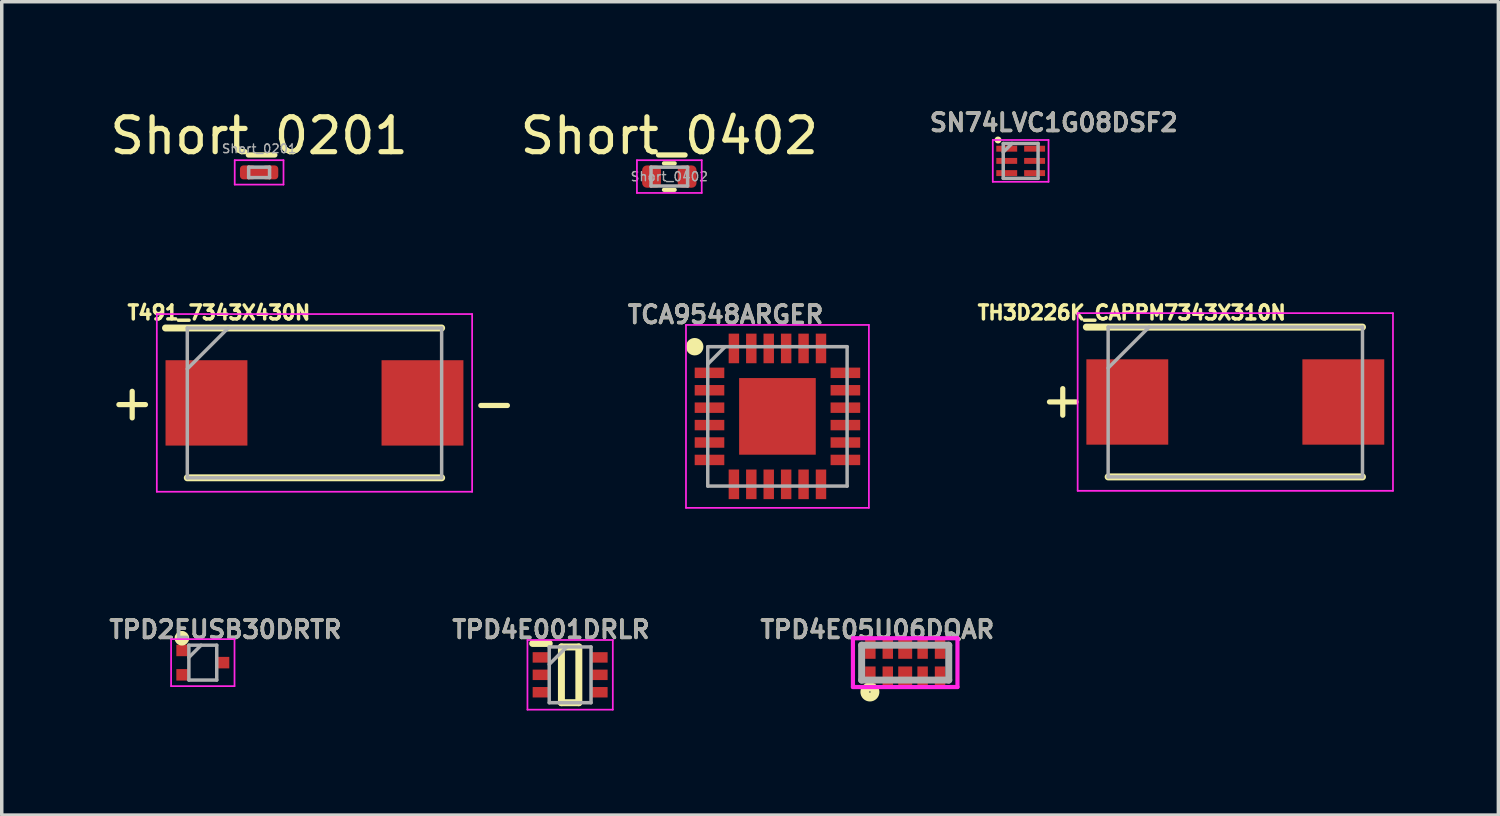
<source format=kicad_pcb>
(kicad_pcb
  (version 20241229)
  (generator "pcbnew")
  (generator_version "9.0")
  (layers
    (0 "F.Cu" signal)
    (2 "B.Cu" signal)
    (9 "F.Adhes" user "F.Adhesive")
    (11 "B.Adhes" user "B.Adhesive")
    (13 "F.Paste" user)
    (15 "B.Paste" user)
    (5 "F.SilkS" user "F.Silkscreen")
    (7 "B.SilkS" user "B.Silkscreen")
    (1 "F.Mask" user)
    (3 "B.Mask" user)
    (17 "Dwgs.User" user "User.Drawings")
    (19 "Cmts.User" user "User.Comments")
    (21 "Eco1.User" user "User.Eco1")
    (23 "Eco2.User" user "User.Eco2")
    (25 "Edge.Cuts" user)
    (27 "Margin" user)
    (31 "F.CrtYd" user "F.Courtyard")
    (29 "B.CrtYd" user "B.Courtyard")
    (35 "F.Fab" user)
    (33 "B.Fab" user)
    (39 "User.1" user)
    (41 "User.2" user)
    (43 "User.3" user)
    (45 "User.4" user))
  (footprint "Short_0201"
    (layer "F.Cu")
    (at 4.387 1.898)
    (property "Reference" "Short_0201" (at 0 -1.05 0) (layer "F.SilkS") (effects (font (size 1 1) (thickness 0.15))))
    (attr smd)
    (fp_line (start -0.7 -0.35) (end 0.7 -0.35) (stroke (width 0.05) (type solid)) (layer "F.CrtYd"))
    (fp_line (start -0.7 0.35) (end -0.7 -0.35) (stroke (width 0.05) (type solid)) (layer "F.CrtYd"))
    (fp_line (start 0.7 -0.35) (end 0.7 0.35) (stroke (width 0.05) (type solid)) (layer "F.CrtYd"))
    (fp_line (start 0.7 0.35) (end -0.7 0.35) (stroke (width 0.05) (type solid)) (layer "F.CrtYd"))
    (fp_line (start -0.3 -0.15) (end 0.3 -0.15) (stroke (width 0.1) (type solid)) (layer "F.Fab"))
    (fp_line (start -0.3 0.15) (end -0.3 -0.15) (stroke (width 0.1) (type solid)) (layer "F.Fab"))
    (fp_line (start 0.3 -0.15) (end 0.3 0.15) (stroke (width 0.1) (type solid)) (layer "F.Fab"))
    (fp_line (start 0.3 0.15) (end -0.3 0.15) (stroke (width 0.1) (type solid)) (layer "F.Fab"))
    (fp_text user "${REFERENCE}" (at 0 -0.68 0) (layer "F.Fab") (effects (font (size 0.25 0.25) (thickness 0.04))))
    (pad "" smd roundrect (at -0.345 0) (size 0.318 0.36) (layers "F.Paste") (roundrect_rratio 0.25))
    (pad "" smd roundrect (at 0.345 0) (size 0.318 0.36) (layers "F.Paste") (roundrect_rratio 0.25))
    (pad "1" smd roundrect (at -0.32 0) (size 0.46 0.4) (layers "F.Cu" "F.Mask") (roundrect_rratio 0.25))
    (pad "1" smd rect (at 0 0 90) (size 0.25 0.32) (layers "F.Cu" "F.Mask" "F.Paste"))
    (pad "2" smd roundrect (at 0.32 0) (size 0.46 0.4) (layers "F.Cu" "F.Mask") (roundrect_rratio 0.25)))
  (footprint "TPD2EUSB30DRTR"
    (layer "F.Cu")
    (at 2.771 15.969)
    (property "Reference" "TPD2EUSB30DRTR" (at 0.65 -0.95 0) (layer "F.SilkS") (effects (font (size 0.5 0.5) (thickness 0.1))))
    (attr smd)
    (fp_circle (center -0.6 -0.7) (end -0.59 -0.7) (stroke (width 0.2) (type solid)) (fill no) (layer "F.SilkS"))
    (fp_line (start -0.91 -0.675) (end 0.91 -0.675) (stroke (width 0.05) (type solid)) (layer "F.CrtYd"))
    (fp_line (start -0.91 0.675) (end -0.91 -0.675) (stroke (width 0.05) (type solid)) (layer "F.CrtYd"))
    (fp_line (start 0.91 -0.675) (end 0.91 0.675) (stroke (width 0.05) (type solid)) (layer "F.CrtYd"))
    (fp_line (start 0.91 0.675) (end -0.91 0.675) (stroke (width 0.05) (type solid)) (layer "F.CrtYd"))
    (fp_line (start -0.4 -0.5) (end 0.4 -0.5) (stroke (width 0.1) (type solid)) (layer "F.Fab"))
    (fp_line (start -0.4 -0.15) (end -0.05 -0.5) (stroke (width 0.1) (type solid)) (layer "F.Fab"))
    (fp_line (start -0.4 0.5) (end -0.4 -0.5) (stroke (width 0.1) (type solid)) (layer "F.Fab"))
    (fp_line (start 0.4 -0.5) (end 0.4 0.5) (stroke (width 0.1) (type solid)) (layer "F.Fab"))
    (fp_line (start 0.4 0.5) (end -0.4 0.5) (stroke (width 0.1) (type solid)) (layer "F.Fab"))
    (fp_text user "${REFERENCE}" (at 0.65 -0.95 0) (layer "F.Fab") (effects (font (size 0.5 0.5) (thickness 0.1))))
    (pad "1" smd rect (at -0.58 -0.35 90) (size 0.33 0.36) (layers "F.Cu" "F.Mask" "F.Paste"))
    (pad "2" smd rect (at -0.58 0.35 90) (size 0.33 0.36) (layers "F.Cu" "F.Mask" "F.Paste"))
    (pad "3" smd rect (at 0.58 0 90) (size 0.33 0.36) (layers "F.Cu" "F.Mask" "F.Paste")))
  (footprint "TPD4E05U06DQAR"
    (layer "F.Cu")
    (at 22.931 15.969)
    (property "Reference" "TPD4E05U06DQAR" (at -0.8 -0.95 0) (layer "F.SilkS") (effects (font (size 0.5 0.5) (thickness 0.1))))
    (attr smd)
    (fp_circle (center -1.013 0.842) (end -1.013 0.861) (stroke (width 0.254) (type solid)) (fill no) (layer "F.SilkS"))
    (fp_line (start -1.5 -0.7) (end -1.5 0.7) (stroke (width 0.12) (type solid)) (layer "F.CrtYd"))
    (fp_line (start -1.5 0.7) (end 1.5 0.7) (stroke (width 0.12) (type solid)) (layer "F.CrtYd"))
    (fp_line (start 1.5 -0.7) (end -1.5 -0.7) (stroke (width 0.12) (type solid)) (layer "F.CrtYd"))
    (fp_line (start 1.5 0.7) (end 1.5 -0.7) (stroke (width 0.12) (type solid)) (layer "F.CrtYd"))
    (fp_line (start -1.25 -0.5) (end 1.25 -0.5) (stroke (width 0.2) (type solid)) (layer "F.Fab"))
    (fp_line (start -1.25 0.5) (end -1.25 -0.5) (stroke (width 0.2) (type solid)) (layer "F.Fab"))
    (fp_line (start 1.25 -0.5) (end 1.25 0.5) (stroke (width 0.2) (type solid)) (layer "F.Fab"))
    (fp_line (start 1.25 0.5) (end -1.25 0.5) (stroke (width 0.2) (type solid)) (layer "F.Fab"))
    (fp_text user "${REFERENCE}" (at -0.8 -0.95 0) (layer "F.Fab") (effects (font (size 0.5 0.5) (thickness 0.1))))
    (pad "1" smd rect (at -1 0.385) (size 0.3 0.55) (layers "F.Cu" "F.Mask" "F.Paste"))
    (pad "2" smd rect (at -0.5 0.385) (size 0.3 0.55) (layers "F.Cu" "F.Mask" "F.Paste"))
    (pad "3" smd rect (at 0 0.385) (size 0.4 0.55) (layers "F.Cu" "F.Mask" "F.Paste"))
    (pad "4" smd rect (at 0.5 0.385) (size 0.3 0.55) (layers "F.Cu" "F.Mask" "F.Paste"))
    (pad "5" smd rect (at 1 0.385) (size 0.3 0.55) (layers "F.Cu" "F.Mask" "F.Paste"))
    (pad "6" smd rect (at 1 -0.385) (size 0.3 0.55) (layers "F.Cu" "F.Mask" "F.Paste"))
    (pad "7" smd rect (at 0.5 -0.385) (size 0.3 0.55) (layers "F.Cu" "F.Mask" "F.Paste"))
    (pad "8" smd rect (at 0 -0.385) (size 0.4 0.55) (layers "F.Cu" "F.Mask" "F.Paste"))
    (pad "9" smd rect (at -0.5 -0.385) (size 0.3 0.55) (layers "F.Cu" "F.Mask" "F.Paste"))
    (pad "10" smd rect (at -1 -0.385) (size 0.3 0.55) (layers "F.Cu" "F.Mask" "F.Paste")))
  (footprint "T491_7343X430N"
    (layer "F.Cu")
    (at 5.976 8.514)
    (property "Reference" "T491_7343X430N" (at -2.743 -2.591 0) (layer "F.SilkS") (effects (font (size 0.4 0.4) (thickness 0.1))))
    (attr smd)
    (fp_line (start -3.65 2.15) (end 3.65 2.15) (stroke (width 0.2) (type solid)) (layer "F.SilkS"))
    (fp_line (start 3.65 -2.15) (end -4.275 -2.15) (stroke (width 0.2) (type solid)) (layer "F.SilkS"))
    (fp_line (start -4.525 -2.55) (end 4.525 -2.55) (stroke (width 0.05) (type solid)) (layer "F.CrtYd"))
    (fp_line (start -4.525 2.55) (end -4.525 -2.55) (stroke (width 0.05) (type solid)) (layer "F.CrtYd"))
    (fp_line (start 4.525 -2.55) (end 4.525 2.55) (stroke (width 0.05) (type solid)) (layer "F.CrtYd"))
    (fp_line (start 4.525 2.55) (end -4.525 2.55) (stroke (width 0.05) (type solid)) (layer "F.CrtYd"))
    (fp_line (start -3.65 -2.15) (end 3.65 -2.15) (stroke (width 0.1) (type solid)) (layer "F.Fab"))
    (fp_line (start -3.65 -0.975) (end -2.475 -2.15) (stroke (width 0.1) (type solid)) (layer "F.Fab"))
    (fp_line (start -3.65 2.15) (end -3.65 -2.15) (stroke (width 0.1) (type solid)) (layer "F.Fab"))
    (fp_line (start 3.65 -2.15) (end 3.65 2.15) (stroke (width 0.1) (type solid)) (layer "F.Fab"))
    (fp_line (start 3.65 2.15) (end -3.65 2.15) (stroke (width 0.1) (type solid)) (layer "F.Fab"))
    (fp_text user "-" (at 5.156 0 0) (layer "F.SilkS") (effects (font (size 1 1) (thickness 0.15))))
    (fp_text user "+" (at -5.232 -0.025 0) (layer "F.SilkS") (effects (font (size 1 1) (thickness 0.15))))
    (pad "1" smd rect (at -3.1 0) (size 2.35 2.45) (layers "F.Cu" "F.Mask" "F.Paste"))
    (pad "2" smd rect (at 3.1 0) (size 2.35 2.45) (layers "F.Cu" "F.Mask" "F.Paste")))
  (footprint "Short_0402"
    (layer "F.Cu")
    (at 16.161 2.018)
    (property "Reference" "Short_0402" (at 0 -1.17 0) (layer "F.SilkS") (effects (font (size 1 1) (thickness 0.15))))
    (attr smd)
    (fp_line (start -0.154 -0.38) (end 0.154 -0.38) (stroke (width 0.12) (type solid)) (layer "F.SilkS"))
    (fp_line (start -0.154 0.38) (end 0.154 0.38) (stroke (width 0.12) (type solid)) (layer "F.SilkS"))
    (fp_line (start -0.93 -0.47) (end 0.93 -0.47) (stroke (width 0.05) (type solid)) (layer "F.CrtYd"))
    (fp_line (start -0.93 0.47) (end -0.93 -0.47) (stroke (width 0.05) (type solid)) (layer "F.CrtYd"))
    (fp_line (start 0.93 -0.47) (end 0.93 0.47) (stroke (width 0.05) (type solid)) (layer "F.CrtYd"))
    (fp_line (start 0.93 0.47) (end -0.93 0.47) (stroke (width 0.05) (type solid)) (layer "F.CrtYd"))
    (fp_line (start -0.525 -0.27) (end 0.525 -0.27) (stroke (width 0.1) (type solid)) (layer "F.Fab"))
    (fp_line (start -0.525 0.27) (end -0.525 -0.27) (stroke (width 0.1) (type solid)) (layer "F.Fab"))
    (fp_line (start 0.525 -0.27) (end 0.525 0.27) (stroke (width 0.1) (type solid)) (layer "F.Fab"))
    (fp_line (start 0.525 0.27) (end -0.525 0.27) (stroke (width 0.1) (type solid)) (layer "F.Fab"))
    (fp_text user "${REFERENCE}" (at 0 0 0) (layer "F.Fab") (effects (font (size 0.26 0.26) (thickness 0.04))))
    (pad "1" smd roundrect (at -0.51 0) (size 0.54 0.64) (layers "F.Cu" "F.Mask" "F.Paste") (roundrect_rratio 0.25))
    (pad "2" smd roundrect (at 0.51 0) (size 0.54 0.64) (layers "F.Cu" "F.Mask" "F.Paste") (roundrect_rratio 0.25)))
  (footprint "SN74LVC1G08DSF2"
    (layer "F.Cu")
    (at 26.245 1.568)
    (property "Reference" "SN74LVC1G08DSF2" (at 0.95 -1.1 0) (layer "F.SilkS") (effects (font (size 0.5 0.5) (thickness 0.1))))
    (attr smd)
    (fp_circle (center -0.65 -0.6) (end -0.6 -0.6) (stroke (width 0.1) (type solid)) (fill no) (layer "F.SilkS"))
    (fp_line (start -0.8 -0.6) (end 0.8 -0.6) (stroke (width 0.05) (type solid)) (layer "F.CrtYd"))
    (fp_line (start -0.8 0.6) (end -0.8 -0.6) (stroke (width 0.05) (type solid)) (layer "F.CrtYd"))
    (fp_line (start 0.8 -0.6) (end 0.8 0.6) (stroke (width 0.05) (type solid)) (layer "F.CrtYd"))
    (fp_line (start 0.8 0.6) (end -0.8 0.6) (stroke (width 0.05) (type solid)) (layer "F.CrtYd"))
    (fp_line (start -0.5 -0.5) (end 0.5 -0.5) (stroke (width 0.1) (type solid)) (layer "F.Fab"))
    (fp_line (start -0.5 -0.25) (end -0.25 -0.5) (stroke (width 0.1) (type solid)) (layer "F.Fab"))
    (fp_line (start -0.5 0.5) (end -0.5 -0.5) (stroke (width 0.1) (type solid)) (layer "F.Fab"))
    (fp_line (start 0.5 -0.5) (end 0.5 0.5) (stroke (width 0.1) (type solid)) (layer "F.Fab"))
    (fp_line (start 0.5 0.5) (end -0.5 0.5) (stroke (width 0.1) (type solid)) (layer "F.Fab"))
    (fp_text user "${REFERENCE}" (at 0.95 -1.1 0) (layer "F.Fab") (effects (font (size 0.5 0.5) (thickness 0.1))))
    (pad "1" smd rect (at -0.4 -0.35) (size 0.6 0.17) (layers "F.Cu" "F.Mask" "F.Paste"))
    (pad "2" smd rect (at -0.4 0) (size 0.6 0.17) (layers "F.Cu" "F.Mask" "F.Paste"))
    (pad "3" smd rect (at -0.4 0.35) (size 0.6 0.17) (layers "F.Cu" "F.Mask" "F.Paste"))
    (pad "4" smd rect (at 0.4 0.35) (size 0.6 0.17) (layers "F.Cu" "F.Mask" "F.Paste"))
    (pad "5" smd rect (at 0.4 0) (size 0.6 0.17) (layers "F.Cu" "F.Mask" "F.Paste"))
    (pad "6" smd rect (at 0.4 -0.35) (size 0.6 0.17) (layers "F.Cu" "F.Mask" "F.Paste")))
  (footprint "TPD4E001DRLR"
    (layer "F.Cu")
    (at 13.314 16.319)
    (property "Reference" "TPD4E001DRLR" (at -0.55 -1.3 0) (layer "F.SilkS") (effects (font (size 0.5 0.5) (thickness 0.1))))
    (attr smd)
    (fp_line (start -1.075 -0.9) (end -0.6 -0.9) (stroke (width 0.2) (type solid)) (layer "F.SilkS"))
    (fp_line (start -0.25 -0.8) (end 0.25 -0.8) (stroke (width 0.2) (type solid)) (layer "F.SilkS"))
    (fp_line (start -0.25 0.8) (end -0.25 -0.8) (stroke (width 0.2) (type solid)) (layer "F.SilkS"))
    (fp_line (start 0.25 -0.8) (end 0.25 0.8) (stroke (width 0.2) (type solid)) (layer "F.SilkS"))
    (fp_line (start 0.25 0.8) (end -0.25 0.8) (stroke (width 0.2) (type solid)) (layer "F.SilkS"))
    (fp_line (start -1.225 -1) (end 1.225 -1) (stroke (width 0.05) (type solid)) (layer "F.CrtYd"))
    (fp_line (start -1.225 1) (end -1.225 -1) (stroke (width 0.05) (type solid)) (layer "F.CrtYd"))
    (fp_line (start 1.225 -1) (end 1.225 1) (stroke (width 0.05) (type solid)) (layer "F.CrtYd"))
    (fp_line (start 1.225 1) (end -1.225 1) (stroke (width 0.05) (type solid)) (layer "F.CrtYd"))
    (fp_line (start -0.6 -0.8) (end 0.6 -0.8) (stroke (width 0.1) (type solid)) (layer "F.Fab"))
    (fp_line (start -0.6 -0.3) (end -0.1 -0.8) (stroke (width 0.1) (type solid)) (layer "F.Fab"))
    (fp_line (start -0.6 0.8) (end -0.6 -0.8) (stroke (width 0.1) (type solid)) (layer "F.Fab"))
    (fp_line (start 0.6 -0.8) (end 0.6 0.8) (stroke (width 0.1) (type solid)) (layer "F.Fab"))
    (fp_line (start 0.6 0.8) (end -0.6 0.8) (stroke (width 0.1) (type solid)) (layer "F.Fab"))
    (fp_text user "${REFERENCE}" (at -0.55 -1.3 0) (layer "F.Fab") (effects (font (size 0.5 0.5) (thickness 0.1))))
    (pad "1" smd rect (at -0.838 -0.5 90) (size 0.3 0.475) (layers "F.Cu" "F.Mask" "F.Paste"))
    (pad "2" smd rect (at -0.838 0 90) (size 0.3 0.475) (layers "F.Cu" "F.Mask" "F.Paste"))
    (pad "3" smd rect (at -0.838 0.5 90) (size 0.3 0.475) (layers "F.Cu" "F.Mask" "F.Paste"))
    (pad "4" smd rect (at 0.838 0.5 90) (size 0.3 0.475) (layers "F.Cu" "F.Mask" "F.Paste"))
    (pad "5" smd rect (at 0.838 0 90) (size 0.3 0.475) (layers "F.Cu" "F.Mask" "F.Paste"))
    (pad "6" smd rect (at 0.838 -0.5 90) (size 0.3 0.475) (layers "F.Cu" "F.Mask" "F.Paste")))
  (footprint "TH3D226K_CAPPM7343X310N"
    (layer "F.Cu")
    (at 32.406 8.488)
    (property "Reference" "TH3D226K_CAPPM7343X310N" (at -2.972 -2.565 0) (layer "F.SilkS") (effects (font (size 0.4 0.4) (thickness 0.1))))
    (attr smd)
    (fp_line (start -3.65 2.15) (end 3.65 2.15) (stroke (width 0.2) (type solid)) (layer "F.SilkS"))
    (fp_line (start 3.65 -2.15) (end -4.275 -2.15) (stroke (width 0.2) (type solid)) (layer "F.SilkS"))
    (fp_line (start -4.525 -2.55) (end 4.525 -2.55) (stroke (width 0.05) (type solid)) (layer "F.CrtYd"))
    (fp_line (start -4.525 2.55) (end -4.525 -2.55) (stroke (width 0.05) (type solid)) (layer "F.CrtYd"))
    (fp_line (start 4.525 -2.55) (end 4.525 2.55) (stroke (width 0.05) (type solid)) (layer "F.CrtYd"))
    (fp_line (start 4.525 2.55) (end -4.525 2.55) (stroke (width 0.05) (type solid)) (layer "F.CrtYd"))
    (fp_line (start -3.65 -2.15) (end 3.65 -2.15) (stroke (width 0.1) (type solid)) (layer "F.Fab"))
    (fp_line (start -3.65 -0.975) (end -2.475 -2.15) (stroke (width 0.1) (type solid)) (layer "F.Fab"))
    (fp_line (start -3.65 2.15) (end -3.65 -2.15) (stroke (width 0.1) (type solid)) (layer "F.Fab"))
    (fp_line (start 3.65 -2.15) (end 3.65 2.15) (stroke (width 0.1) (type solid)) (layer "F.Fab"))
    (fp_line (start 3.65 2.15) (end -3.65 2.15) (stroke (width 0.1) (type solid)) (layer "F.Fab"))
    (fp_text user "+" (at -4.953 -0.076 0) (layer "F.SilkS") (effects (font (size 1 1) (thickness 0.15))))
    (pad "1" smd rect (at -3.1 0) (size 2.35 2.45) (layers "F.Cu" "F.Mask" "F.Paste"))
    (pad "2" smd rect (at 3.1 0) (size 2.35 2.45) (layers "F.Cu" "F.Mask" "F.Paste")))
  (footprint "TCA9548ARGER"
    (layer "F.Cu")
    (at 19.264 8.901)
    (property "Reference" "TCA9548ARGER" (at -1.49 -2.92 0) (layer "F.SilkS") (effects (font (size 0.5 0.5) (thickness 0.1))))
    (attr smd)
    (fp_circle (center -2.375 -2) (end -2.375 -1.875) (stroke (width 0.25) (type solid)) (fill no) (layer "F.SilkS"))
    (fp_line (start -2.625 -2.625) (end 2.625 -2.625) (stroke (width 0.05) (type solid)) (layer "F.CrtYd"))
    (fp_line (start -2.625 2.625) (end -2.625 -2.625) (stroke (width 0.05) (type solid)) (layer "F.CrtYd"))
    (fp_line (start 2.625 -2.625) (end 2.625 2.625) (stroke (width 0.05) (type solid)) (layer "F.CrtYd"))
    (fp_line (start 2.625 2.625) (end -2.625 2.625) (stroke (width 0.05) (type solid)) (layer "F.CrtYd"))
    (fp_line (start -2 -2) (end 2 -2) (stroke (width 0.1) (type solid)) (layer "F.Fab"))
    (fp_line (start -2 -1.5) (end -1.5 -2) (stroke (width 0.1) (type solid)) (layer "F.Fab"))
    (fp_line (start -2 2) (end -2 -2) (stroke (width 0.1) (type solid)) (layer "F.Fab"))
    (fp_line (start 2 -2) (end 2 2) (stroke (width 0.1) (type solid)) (layer "F.Fab"))
    (fp_line (start 2 2) (end -2 2) (stroke (width 0.1) (type solid)) (layer "F.Fab"))
    (fp_text user "${REFERENCE}" (at -1.49 -2.92 0) (layer "F.Fab") (effects (font (size 0.5 0.5) (thickness 0.1))))
    (pad "" smd rect (at -0.57 -0.57) (size 0.94 0.94) (layers "F.Paste"))
    (pad "" smd rect (at -0.57 0.57) (size 0.94 0.94) (layers "F.Paste"))
    (pad "" smd rect (at 0.57 -0.57) (size 0.94 0.94) (layers "F.Paste"))
    (pad "" smd rect (at 0.57 0.57) (size 0.94 0.94) (layers "F.Paste"))
    (pad "1" smd rect (at -1.95 -1.25 90) (size 0.3 0.85) (layers "F.Cu" "F.Mask" "F.Paste"))
    (pad "2" smd rect (at -1.95 -0.75 90) (size 0.3 0.85) (layers "F.Cu" "F.Mask" "F.Paste"))
    (pad "3" smd rect (at -1.95 -0.25 90) (size 0.3 0.85) (layers "F.Cu" "F.Mask" "F.Paste"))
    (pad "4" smd rect (at -1.95 0.25 90) (size 0.3 0.85) (layers "F.Cu" "F.Mask" "F.Paste"))
    (pad "5" smd rect (at -1.95 0.75 90) (size 0.3 0.85) (layers "F.Cu" "F.Mask" "F.Paste"))
    (pad "6" smd rect (at -1.95 1.25 90) (size 0.3 0.85) (layers "F.Cu" "F.Mask" "F.Paste"))
    (pad "7" smd rect (at -1.25 1.95) (size 0.3 0.85) (layers "F.Cu" "F.Mask" "F.Paste"))
    (pad "8" smd rect (at -0.75 1.95) (size 0.3 0.85) (layers "F.Cu" "F.Mask" "F.Paste"))
    (pad "9" smd rect (at -0.25 1.95) (size 0.3 0.85) (layers "F.Cu" "F.Mask" "F.Paste"))
    (pad "10" smd rect (at 0.25 1.95) (size 0.3 0.85) (layers "F.Cu" "F.Mask" "F.Paste"))
    (pad "11" smd rect (at 0.75 1.95) (size 0.3 0.85) (layers "F.Cu" "F.Mask" "F.Paste"))
    (pad "12" smd rect (at 1.25 1.95) (size 0.3 0.85) (layers "F.Cu" "F.Mask" "F.Paste"))
    (pad "13" smd rect (at 1.95 1.25 90) (size 0.3 0.85) (layers "F.Cu" "F.Mask" "F.Paste"))
    (pad "14" smd rect (at 1.95 0.75 90) (size 0.3 0.85) (layers "F.Cu" "F.Mask" "F.Paste"))
    (pad "15" smd rect (at 1.95 0.25 90) (size 0.3 0.85) (layers "F.Cu" "F.Mask" "F.Paste"))
    (pad "16" smd rect (at 1.95 -0.25 90) (size 0.3 0.85) (layers "F.Cu" "F.Mask" "F.Paste"))
    (pad "17" smd rect (at 1.95 -0.75 90) (size 0.3 0.85) (layers "F.Cu" "F.Mask" "F.Paste"))
    (pad "18" smd rect (at 1.95 -1.25 90) (size 0.3 0.85) (layers "F.Cu" "F.Mask" "F.Paste"))
    (pad "19" smd rect (at 1.25 -1.95) (size 0.3 0.85) (layers "F.Cu" "F.Mask" "F.Paste"))
    (pad "20" smd rect (at 0.75 -1.95) (size 0.3 0.85) (layers "F.Cu" "F.Mask" "F.Paste"))
    (pad "21" smd rect (at 0.25 -1.95) (size 0.3 0.85) (layers "F.Cu" "F.Mask" "F.Paste"))
    (pad "22" smd rect (at -0.25 -1.95) (size 0.3 0.85) (layers "F.Cu" "F.Mask" "F.Paste"))
    (pad "23" smd rect (at -0.75 -1.95) (size 0.3 0.85) (layers "F.Cu" "F.Mask" "F.Paste"))
    (pad "24" smd rect (at -1.25 -1.95) (size 0.3 0.85) (layers "F.Cu" "F.Mask" "F.Paste"))
    (pad "25" smd rect (at 0 0) (size 2.2 2.2) (layers "F.Cu" "F.Mask")))
  (gr_rect
    (start -3 -3)
    (end 39.956 20.344)
    (stroke (width 0.1) (type default))
    (fill no)
    (layer "Edge.Cuts")))
</source>
